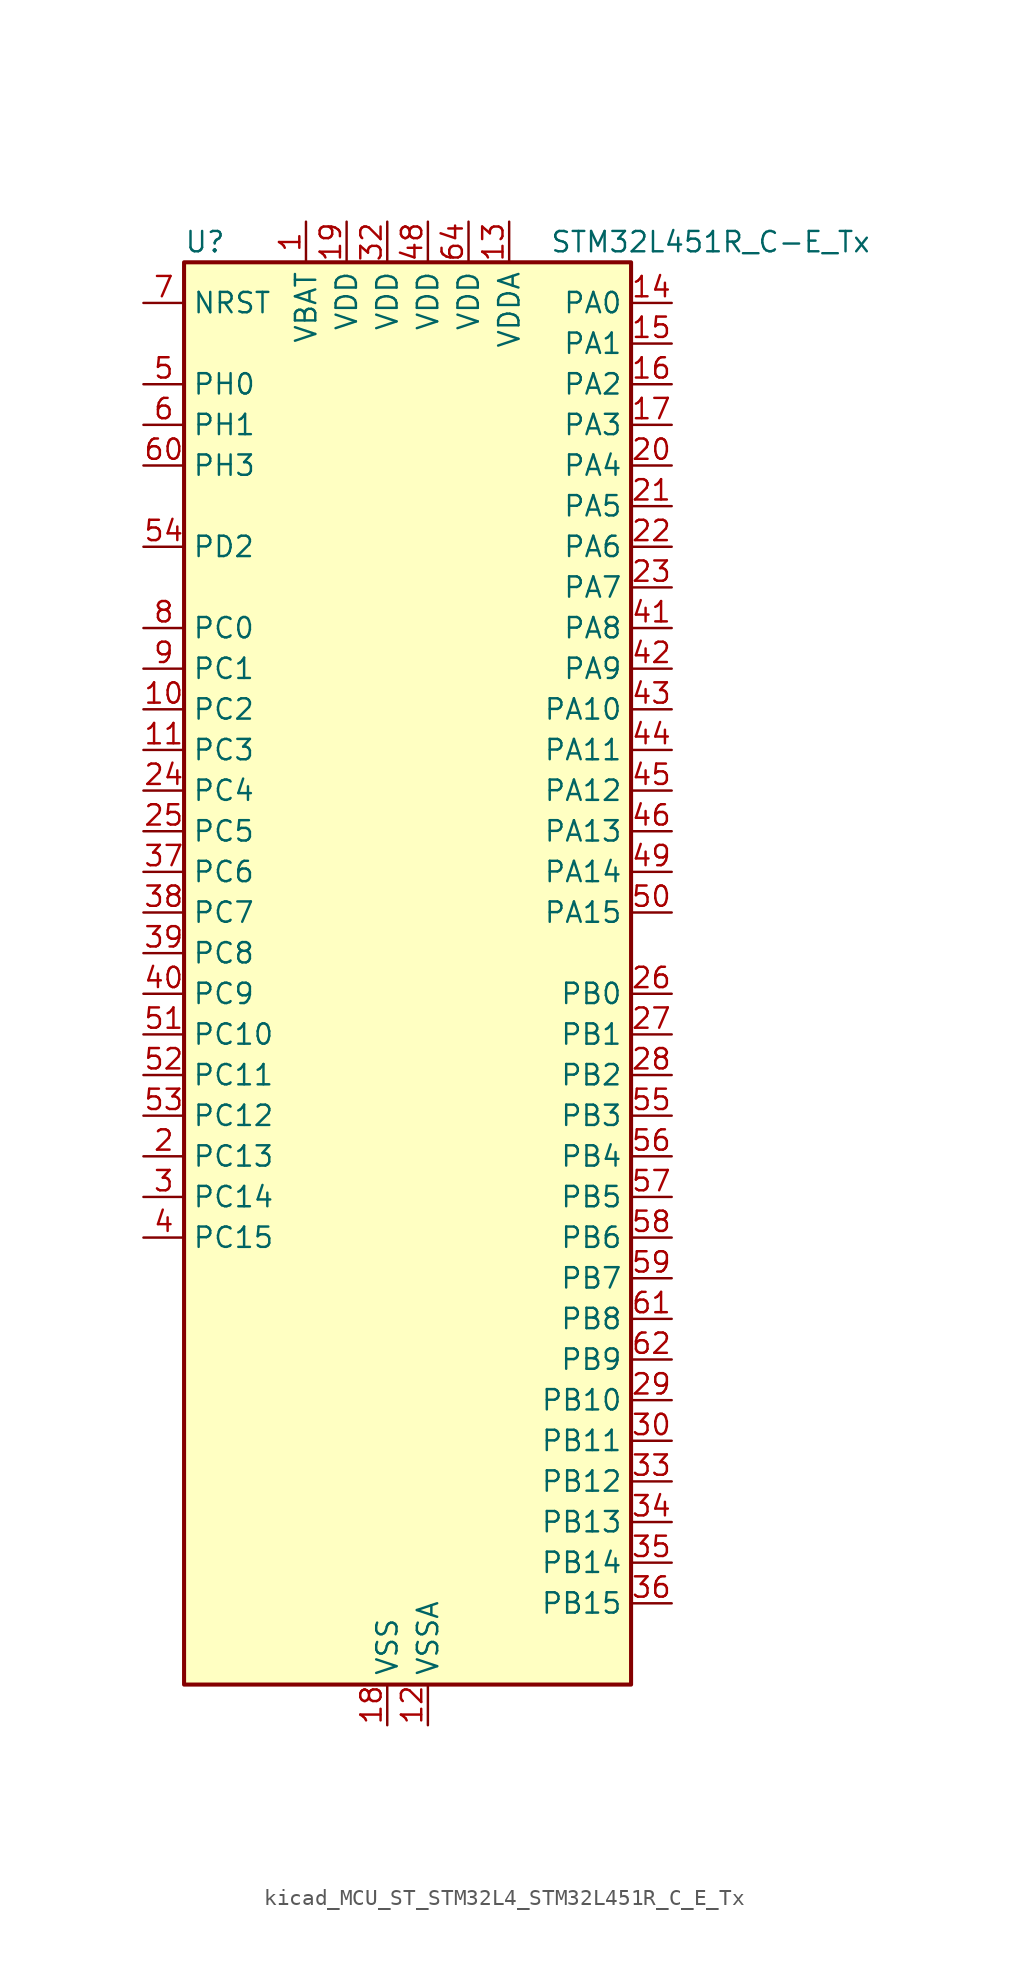
<source format=kicad_sym>
(kicad_symbol_lib
  (version 20220914)
  (generator kicad_symbol_editor)
  (symbol "kicad_MCU_ST_STM32L4_STM32L451R_C_E_Tx"
    (property "Reference" "U"
      (at -12.7 46.99 0)
      (effects (font (size 1.27 1.27)) (justify left)))
    (property "Value" "STM32L451R_C-E_Tx"
      (at 10.16 46.99 0)
      (effects (font (size 1.27 1.27)) (justify left)))
    (property "ki_locked" ""
      (at 0 0 0)
      (effects (font (size 1.27 1.27))))
    (symbol "kicad_MCU_ST_STM32L4_STM32L451R_C_E_Tx_0_1"
      (rectangle (start -12.7 -43.18) (end 15.24 45.72) (stroke (width 0.254) (type default)) (fill (type background))))
    (symbol "kicad_MCU_ST_STM32L4_STM32L451R_C_E_Tx_1_1"
      (pin power_in line (at -5.08 48.26 270) (length 2.54) (name "VBAT" (effects (font (size 1.27 1.27)))) (number "1" (effects (font (size 1.27 1.27)))))
      (pin bidirectional line (at -15.24 17.78 0) (length 2.54) (name "PC2" (effects (font (size 1.27 1.27)))) (number "10" (effects (font (size 1.27 1.27)))) (alternate "ADC1_IN3" bidirectional line) (alternate "DFSDM1_CKOUT" bidirectional line) (alternate "LPTIM1_IN2" bidirectional line) (alternate "SPI2_MISO" bidirectional line))
      (pin bidirectional line (at -15.24 15.24 0) (length 2.54) (name "PC3" (effects (font (size 1.27 1.27)))) (number "11" (effects (font (size 1.27 1.27)))) (alternate "ADC1_IN4" bidirectional line) (alternate "LPTIM1_ETR" bidirectional line) (alternate "LPTIM2_ETR" bidirectional line) (alternate "SAI1_SD_A" bidirectional line) (alternate "SPI2_MOSI" bidirectional line))
      (pin power_in line (at 2.54 -45.72 90) (length 2.54) (name "VSSA" (effects (font (size 1.27 1.27)))) (number "12" (effects (font (size 1.27 1.27)))))
      (pin power_in line (at 7.62 48.26 270) (length 2.54) (name "VDDA" (effects (font (size 1.27 1.27)))) (number "13" (effects (font (size 1.27 1.27)))))
      (pin bidirectional line (at 17.78 43.18 180) (length 2.54) (name "PA0" (effects (font (size 1.27 1.27)))) (number "14" (effects (font (size 1.27 1.27)))) (alternate "ADC1_IN5" bidirectional line) (alternate "COMP1_INM" bidirectional line) (alternate "COMP1_OUT" bidirectional line) (alternate "OPAMP1_VINP" bidirectional line) (alternate "RTC_TAMP2" bidirectional line) (alternate "SAI1_EXTCLK" bidirectional line) (alternate "SYS_WKUP1" bidirectional line) (alternate "TIM2_CH1" bidirectional line) (alternate "TIM2_ETR" bidirectional line) (alternate "UART4_TX" bidirectional line) (alternate "USART2_CTS" bidirectional line))
      (pin bidirectional line (at 17.78 40.64 180) (length 2.54) (name "PA1" (effects (font (size 1.27 1.27)))) (number "15" (effects (font (size 1.27 1.27)))) (alternate "ADC1_IN6" bidirectional line) (alternate "COMP1_INP" bidirectional line) (alternate "I2C1_SMBA" bidirectional line) (alternate "OPAMP1_VINM" bidirectional line) (alternate "SPI1_SCK" bidirectional line) (alternate "TIM15_CH1N" bidirectional line) (alternate "TIM2_CH2" bidirectional line) (alternate "UART4_RX" bidirectional line) (alternate "USART2_DE" bidirectional line) (alternate "USART2_RTS" bidirectional line))
      (pin bidirectional line (at 17.78 38.1 180) (length 2.54) (name "PA2" (effects (font (size 1.27 1.27)))) (number "16" (effects (font (size 1.27 1.27)))) (alternate "ADC1_IN7" bidirectional line) (alternate "COMP2_INM" bidirectional line) (alternate "COMP2_OUT" bidirectional line) (alternate "LPUART1_TX" bidirectional line) (alternate "QUADSPI_BK1_NCS" bidirectional line) (alternate "RCC_LSCO" bidirectional line) (alternate "SYS_WKUP4" bidirectional line) (alternate "TIM15_CH1" bidirectional line) (alternate "TIM2_CH3" bidirectional line) (alternate "USART2_TX" bidirectional line))
      (pin bidirectional line (at 17.78 35.56 180) (length 2.54) (name "PA3" (effects (font (size 1.27 1.27)))) (number "17" (effects (font (size 1.27 1.27)))) (alternate "ADC1_IN8" bidirectional line) (alternate "COMP2_INP" bidirectional line) (alternate "LPUART1_RX" bidirectional line) (alternate "OPAMP1_VOUT" bidirectional line) (alternate "QUADSPI_CLK" bidirectional line) (alternate "SAI1_MCLK_A" bidirectional line) (alternate "TIM15_CH2" bidirectional line) (alternate "TIM2_CH4" bidirectional line) (alternate "USART2_RX" bidirectional line))
      (pin power_in line (at 0 -45.72 90) (length 2.54) (name "VSS" (effects (font (size 1.27 1.27)))) (number "18" (effects (font (size 1.27 1.27)))))
      (pin power_in line (at -2.54 48.26 270) (length 2.54) (name "VDD" (effects (font (size 1.27 1.27)))) (number "19" (effects (font (size 1.27 1.27)))))
      (pin bidirectional line (at -15.24 -10.16 0) (length 2.54) (name "PC13" (effects (font (size 1.27 1.27)))) (number "2" (effects (font (size 1.27 1.27)))) (alternate "RTC_OUT_ALARM" bidirectional line) (alternate "RTC_OUT_CALIB" bidirectional line) (alternate "RTC_TAMP1" bidirectional line) (alternate "RTC_TS" bidirectional line) (alternate "SYS_WKUP2" bidirectional line))
      (pin bidirectional line (at 17.78 33.02 180) (length 2.54) (name "PA4" (effects (font (size 1.27 1.27)))) (number "20" (effects (font (size 1.27 1.27)))) (alternate "ADC1_IN9" bidirectional line) (alternate "COMP1_INM" bidirectional line) (alternate "COMP2_INM" bidirectional line) (alternate "DAC1_OUT1" bidirectional line) (alternate "LPTIM2_OUT" bidirectional line) (alternate "SAI1_FS_B" bidirectional line) (alternate "SPI1_NSS" bidirectional line) (alternate "SPI3_NSS" bidirectional line) (alternate "USART2_CK" bidirectional line))
      (pin bidirectional line (at 17.78 30.48 180) (length 2.54) (name "PA5" (effects (font (size 1.27 1.27)))) (number "21" (effects (font (size 1.27 1.27)))) (alternate "ADC1_IN10" bidirectional line) (alternate "COMP1_INM" bidirectional line) (alternate "COMP2_INM" bidirectional line) (alternate "DFSDM1_CKOUT" bidirectional line) (alternate "LPTIM2_ETR" bidirectional line) (alternate "SPI1_SCK" bidirectional line) (alternate "TIM2_CH1" bidirectional line) (alternate "TIM2_ETR" bidirectional line))
      (pin bidirectional line (at 17.78 27.94 180) (length 2.54) (name "PA6" (effects (font (size 1.27 1.27)))) (number "22" (effects (font (size 1.27 1.27)))) (alternate "ADC1_IN11" bidirectional line) (alternate "COMP1_OUT" bidirectional line) (alternate "LPUART1_CTS" bidirectional line) (alternate "QUADSPI_BK1_IO3" bidirectional line) (alternate "SPI1_MISO" bidirectional line) (alternate "TIM16_CH1" bidirectional line) (alternate "TIM1_BKIN" bidirectional line) (alternate "TIM1_BKIN_COMP2" bidirectional line) (alternate "TIM3_CH1" bidirectional line) (alternate "USART3_CTS" bidirectional line))
      (pin bidirectional line (at 17.78 25.4 180) (length 2.54) (name "PA7" (effects (font (size 1.27 1.27)))) (number "23" (effects (font (size 1.27 1.27)))) (alternate "ADC1_IN12" bidirectional line) (alternate "COMP2_OUT" bidirectional line) (alternate "DFSDM1_DATIN0" bidirectional line) (alternate "I2C3_SCL" bidirectional line) (alternate "QUADSPI_BK1_IO2" bidirectional line) (alternate "SPI1_MOSI" bidirectional line) (alternate "TIM1_CH1N" bidirectional line) (alternate "TIM3_CH2" bidirectional line))
      (pin bidirectional line (at -15.24 12.7 0) (length 2.54) (name "PC4" (effects (font (size 1.27 1.27)))) (number "24" (effects (font (size 1.27 1.27)))) (alternate "ADC1_IN13" bidirectional line) (alternate "COMP1_INM" bidirectional line) (alternate "USART3_TX" bidirectional line))
      (pin bidirectional line (at -15.24 10.16 0) (length 2.54) (name "PC5" (effects (font (size 1.27 1.27)))) (number "25" (effects (font (size 1.27 1.27)))) (alternate "ADC1_IN14" bidirectional line) (alternate "COMP1_INP" bidirectional line) (alternate "SYS_WKUP5" bidirectional line) (alternate "USART3_RX" bidirectional line))
      (pin bidirectional line (at 17.78 0 180) (length 2.54) (name "PB0" (effects (font (size 1.27 1.27)))) (number "26" (effects (font (size 1.27 1.27)))) (alternate "ADC1_IN15" bidirectional line) (alternate "COMP1_OUT" bidirectional line) (alternate "DFSDM1_CKIN0" bidirectional line) (alternate "QUADSPI_BK1_IO1" bidirectional line) (alternate "SAI1_EXTCLK" bidirectional line) (alternate "SPI1_NSS" bidirectional line) (alternate "TIM1_CH2N" bidirectional line) (alternate "TIM3_CH3" bidirectional line) (alternate "USART3_CK" bidirectional line))
      (pin bidirectional line (at 17.78 -2.54 180) (length 2.54) (name "PB1" (effects (font (size 1.27 1.27)))) (number "27" (effects (font (size 1.27 1.27)))) (alternate "ADC1_IN16" bidirectional line) (alternate "COMP1_INM" bidirectional line) (alternate "DFSDM1_DATIN0" bidirectional line) (alternate "LPTIM2_IN1" bidirectional line) (alternate "LPUART1_DE" bidirectional line) (alternate "LPUART1_RTS" bidirectional line) (alternate "QUADSPI_BK1_IO0" bidirectional line) (alternate "TIM1_CH3N" bidirectional line) (alternate "TIM3_CH4" bidirectional line) (alternate "USART3_DE" bidirectional line) (alternate "USART3_RTS" bidirectional line))
      (pin bidirectional line (at 17.78 -5.08 180) (length 2.54) (name "PB2" (effects (font (size 1.27 1.27)))) (number "28" (effects (font (size 1.27 1.27)))) (alternate "COMP1_INP" bidirectional line) (alternate "DFSDM1_CKIN0" bidirectional line) (alternate "I2C3_SMBA" bidirectional line) (alternate "LPTIM1_OUT" bidirectional line) (alternate "RTC_OUT_ALARM" bidirectional line) (alternate "RTC_OUT_CALIB" bidirectional line))
      (pin bidirectional line (at 17.78 -25.4 180) (length 2.54) (name "PB10" (effects (font (size 1.27 1.27)))) (number "29" (effects (font (size 1.27 1.27)))) (alternate "COMP1_OUT" bidirectional line) (alternate "I2C2_SCL" bidirectional line) (alternate "I2C4_SCL" bidirectional line) (alternate "LPUART1_RX" bidirectional line) (alternate "QUADSPI_CLK" bidirectional line) (alternate "SAI1_SCK_A" bidirectional line) (alternate "SPI2_SCK" bidirectional line) (alternate "TIM2_CH3" bidirectional line) (alternate "TSC_SYNC" bidirectional line) (alternate "USART3_TX" bidirectional line))
      (pin bidirectional line (at -15.24 -12.7 0) (length 2.54) (name "PC14" (effects (font (size 1.27 1.27)))) (number "3" (effects (font (size 1.27 1.27)))) (alternate "RCC_OSC32_IN" bidirectional line))
      (pin bidirectional line (at 17.78 -27.94 180) (length 2.54) (name "PB11" (effects (font (size 1.27 1.27)))) (number "30" (effects (font (size 1.27 1.27)))) (alternate "ADC1_EXTI11" bidirectional line) (alternate "COMP2_OUT" bidirectional line) (alternate "I2C2_SDA" bidirectional line) (alternate "I2C4_SDA" bidirectional line) (alternate "LPUART1_TX" bidirectional line) (alternate "QUADSPI_BK1_NCS" bidirectional line) (alternate "TIM2_CH4" bidirectional line) (alternate "USART3_RX" bidirectional line))
      (pin passive line (at 0 -45.72 90) (length 2.54) hide (name "VSS" (effects (font (size 1.27 1.27)))) (number "31" (effects (font (size 1.27 1.27)))))
      (pin power_in line (at 0 48.26 270) (length 2.54) (name "VDD" (effects (font (size 1.27 1.27)))) (number "32" (effects (font (size 1.27 1.27)))))
      (pin bidirectional line (at 17.78 -30.48 180) (length 2.54) (name "PB12" (effects (font (size 1.27 1.27)))) (number "33" (effects (font (size 1.27 1.27)))) (alternate "CAN1_RX" bidirectional line) (alternate "DFSDM1_DATIN1" bidirectional line) (alternate "I2C2_SMBA" bidirectional line) (alternate "LPUART1_DE" bidirectional line) (alternate "LPUART1_RTS" bidirectional line) (alternate "SAI1_FS_A" bidirectional line) (alternate "SPI2_NSS" bidirectional line) (alternate "TIM15_BKIN" bidirectional line) (alternate "TIM1_BKIN" bidirectional line) (alternate "TIM1_BKIN_COMP2" bidirectional line) (alternate "TSC_G1_IO1" bidirectional line) (alternate "USART3_CK" bidirectional line))
      (pin bidirectional line (at 17.78 -33.02 180) (length 2.54) (name "PB13" (effects (font (size 1.27 1.27)))) (number "34" (effects (font (size 1.27 1.27)))) (alternate "CAN1_TX" bidirectional line) (alternate "DFSDM1_CKIN1" bidirectional line) (alternate "I2C2_SCL" bidirectional line) (alternate "LPUART1_CTS" bidirectional line) (alternate "SAI1_SCK_A" bidirectional line) (alternate "SPI2_SCK" bidirectional line) (alternate "TIM15_CH1N" bidirectional line) (alternate "TIM1_CH1N" bidirectional line) (alternate "TSC_G1_IO2" bidirectional line) (alternate "USART3_CTS" bidirectional line))
      (pin bidirectional line (at 17.78 -35.56 180) (length 2.54) (name "PB14" (effects (font (size 1.27 1.27)))) (number "35" (effects (font (size 1.27 1.27)))) (alternate "DFSDM1_DATIN2" bidirectional line) (alternate "I2C2_SDA" bidirectional line) (alternate "SAI1_MCLK_A" bidirectional line) (alternate "SPI2_MISO" bidirectional line) (alternate "TIM15_CH1" bidirectional line) (alternate "TIM1_CH2N" bidirectional line) (alternate "TSC_G1_IO3" bidirectional line) (alternate "USART3_DE" bidirectional line) (alternate "USART3_RTS" bidirectional line))
      (pin bidirectional line (at 17.78 -38.1 180) (length 2.54) (name "PB15" (effects (font (size 1.27 1.27)))) (number "36" (effects (font (size 1.27 1.27)))) (alternate "ADC1_EXTI15" bidirectional line) (alternate "DFSDM1_CKIN2" bidirectional line) (alternate "RTC_REFIN" bidirectional line) (alternate "SAI1_SD_A" bidirectional line) (alternate "SPI2_MOSI" bidirectional line) (alternate "TIM15_CH2" bidirectional line) (alternate "TIM1_CH3N" bidirectional line) (alternate "TSC_G1_IO4" bidirectional line))
      (pin bidirectional line (at -15.24 7.62 0) (length 2.54) (name "PC6" (effects (font (size 1.27 1.27)))) (number "37" (effects (font (size 1.27 1.27)))) (alternate "DFSDM1_CKIN3" bidirectional line) (alternate "SDMMC1_D6" bidirectional line) (alternate "TIM3_CH1" bidirectional line) (alternate "TSC_G4_IO1" bidirectional line))
      (pin bidirectional line (at -15.24 5.08 0) (length 2.54) (name "PC7" (effects (font (size 1.27 1.27)))) (number "38" (effects (font (size 1.27 1.27)))) (alternate "DFSDM1_DATIN3" bidirectional line) (alternate "SDMMC1_D7" bidirectional line) (alternate "TIM3_CH2" bidirectional line) (alternate "TSC_G4_IO2" bidirectional line))
      (pin bidirectional line (at -15.24 2.54 0) (length 2.54) (name "PC8" (effects (font (size 1.27 1.27)))) (number "39" (effects (font (size 1.27 1.27)))) (alternate "SDMMC1_D0" bidirectional line) (alternate "TIM3_CH3" bidirectional line) (alternate "TSC_G4_IO3" bidirectional line))
      (pin bidirectional line (at -15.24 -15.24 0) (length 2.54) (name "PC15" (effects (font (size 1.27 1.27)))) (number "4" (effects (font (size 1.27 1.27)))) (alternate "ADC1_EXTI15" bidirectional line) (alternate "RCC_OSC32_OUT" bidirectional line))
      (pin bidirectional line (at -15.24 0 0) (length 2.54) (name "PC9" (effects (font (size 1.27 1.27)))) (number "40" (effects (font (size 1.27 1.27)))) (alternate "DAC1_EXTI9" bidirectional line) (alternate "SDMMC1_D1" bidirectional line) (alternate "TIM3_CH4" bidirectional line) (alternate "TSC_G4_IO4" bidirectional line))
      (pin bidirectional line (at 17.78 22.86 180) (length 2.54) (name "PA8" (effects (font (size 1.27 1.27)))) (number "41" (effects (font (size 1.27 1.27)))) (alternate "DFSDM1_CKIN1" bidirectional line) (alternate "LPTIM2_OUT" bidirectional line) (alternate "RCC_MCO" bidirectional line) (alternate "SAI1_SCK_A" bidirectional line) (alternate "TIM1_CH1" bidirectional line) (alternate "USART1_CK" bidirectional line))
      (pin bidirectional line (at 17.78 20.32 180) (length 2.54) (name "PA9" (effects (font (size 1.27 1.27)))) (number "42" (effects (font (size 1.27 1.27)))) (alternate "DAC1_EXTI9" bidirectional line) (alternate "DFSDM1_DATIN1" bidirectional line) (alternate "I2C1_SCL" bidirectional line) (alternate "SAI1_FS_A" bidirectional line) (alternate "TIM15_BKIN" bidirectional line) (alternate "TIM1_CH2" bidirectional line) (alternate "USART1_TX" bidirectional line))
      (pin bidirectional line (at 17.78 17.78 180) (length 2.54) (name "PA10" (effects (font (size 1.27 1.27)))) (number "43" (effects (font (size 1.27 1.27)))) (alternate "I2C1_SDA" bidirectional line) (alternate "SAI1_SD_A" bidirectional line) (alternate "TIM1_CH3" bidirectional line) (alternate "USART1_RX" bidirectional line))
      (pin bidirectional line (at 17.78 15.24 180) (length 2.54) (name "PA11" (effects (font (size 1.27 1.27)))) (number "44" (effects (font (size 1.27 1.27)))) (alternate "ADC1_EXTI11" bidirectional line) (alternate "CAN1_RX" bidirectional line) (alternate "COMP1_OUT" bidirectional line) (alternate "SPI1_MISO" bidirectional line) (alternate "TIM1_BKIN2" bidirectional line) (alternate "TIM1_BKIN2_COMP1" bidirectional line) (alternate "TIM1_CH4" bidirectional line) (alternate "USART1_CTS" bidirectional line))
      (pin bidirectional line (at 17.78 12.7 180) (length 2.54) (name "PA12" (effects (font (size 1.27 1.27)))) (number "45" (effects (font (size 1.27 1.27)))) (alternate "CAN1_TX" bidirectional line) (alternate "SPI1_MOSI" bidirectional line) (alternate "TIM1_ETR" bidirectional line) (alternate "USART1_DE" bidirectional line) (alternate "USART1_RTS" bidirectional line))
      (pin bidirectional line (at 17.78 10.16 180) (length 2.54) (name "PA13" (effects (font (size 1.27 1.27)))) (number "46" (effects (font (size 1.27 1.27)))) (alternate "IR_OUT" bidirectional line) (alternate "SAI1_SD_B" bidirectional line) (alternate "SYS_JTMS-SWDIO" bidirectional line))
      (pin passive line (at 0 -45.72 90) (length 2.54) hide (name "VSS" (effects (font (size 1.27 1.27)))) (number "47" (effects (font (size 1.27 1.27)))))
      (pin power_in line (at 2.54 48.26 270) (length 2.54) (name "VDD" (effects (font (size 1.27 1.27)))) (number "48" (effects (font (size 1.27 1.27)))))
      (pin bidirectional line (at 17.78 7.62 180) (length 2.54) (name "PA14" (effects (font (size 1.27 1.27)))) (number "49" (effects (font (size 1.27 1.27)))) (alternate "I2C1_SMBA" bidirectional line) (alternate "I2C4_SMBA" bidirectional line) (alternate "LPTIM1_OUT" bidirectional line) (alternate "SAI1_FS_B" bidirectional line) (alternate "SYS_JTCK-SWCLK" bidirectional line))
      (pin bidirectional line (at -15.24 38.1 0) (length 2.54) (name "PH0" (effects (font (size 1.27 1.27)))) (number "5" (effects (font (size 1.27 1.27)))) (alternate "RCC_OSC_IN" bidirectional line))
      (pin bidirectional line (at 17.78 5.08 180) (length 2.54) (name "PA15" (effects (font (size 1.27 1.27)))) (number "50" (effects (font (size 1.27 1.27)))) (alternate "ADC1_EXTI15" bidirectional line) (alternate "SPI1_NSS" bidirectional line) (alternate "SPI3_NSS" bidirectional line) (alternate "SYS_JTDI" bidirectional line) (alternate "TIM2_CH1" bidirectional line) (alternate "TIM2_ETR" bidirectional line) (alternate "TSC_G3_IO1" bidirectional line) (alternate "UART4_DE" bidirectional line) (alternate "UART4_RTS" bidirectional line) (alternate "USART2_RX" bidirectional line) (alternate "USART3_DE" bidirectional line) (alternate "USART3_RTS" bidirectional line))
      (pin bidirectional line (at -15.24 -2.54 0) (length 2.54) (name "PC10" (effects (font (size 1.27 1.27)))) (number "51" (effects (font (size 1.27 1.27)))) (alternate "SDMMC1_D2" bidirectional line) (alternate "SPI3_SCK" bidirectional line) (alternate "SYS_TRACED1" bidirectional line) (alternate "TSC_G3_IO2" bidirectional line) (alternate "UART4_TX" bidirectional line) (alternate "USART3_TX" bidirectional line))
      (pin bidirectional line (at -15.24 -5.08 0) (length 2.54) (name "PC11" (effects (font (size 1.27 1.27)))) (number "52" (effects (font (size 1.27 1.27)))) (alternate "ADC1_EXTI11" bidirectional line) (alternate "SDMMC1_D3" bidirectional line) (alternate "SPI3_MISO" bidirectional line) (alternate "TSC_G3_IO3" bidirectional line) (alternate "UART4_RX" bidirectional line) (alternate "USART3_RX" bidirectional line))
      (pin bidirectional line (at -15.24 -7.62 0) (length 2.54) (name "PC12" (effects (font (size 1.27 1.27)))) (number "53" (effects (font (size 1.27 1.27)))) (alternate "SDMMC1_CK" bidirectional line) (alternate "SPI3_MOSI" bidirectional line) (alternate "SYS_TRACED3" bidirectional line) (alternate "TSC_G3_IO4" bidirectional line) (alternate "USART3_CK" bidirectional line))
      (pin bidirectional line (at -15.24 27.94 0) (length 2.54) (name "PD2" (effects (font (size 1.27 1.27)))) (number "54" (effects (font (size 1.27 1.27)))) (alternate "SDMMC1_CMD" bidirectional line) (alternate "SYS_TRACED2" bidirectional line) (alternate "TIM3_ETR" bidirectional line) (alternate "TSC_SYNC" bidirectional line) (alternate "USART3_DE" bidirectional line) (alternate "USART3_RTS" bidirectional line))
      (pin bidirectional line (at 17.78 -7.62 180) (length 2.54) (name "PB3" (effects (font (size 1.27 1.27)))) (number "55" (effects (font (size 1.27 1.27)))) (alternate "COMP2_INM" bidirectional line) (alternate "SAI1_SCK_B" bidirectional line) (alternate "SPI1_SCK" bidirectional line) (alternate "SPI3_SCK" bidirectional line) (alternate "SYS_JTDO-SWO" bidirectional line) (alternate "TIM2_CH2" bidirectional line) (alternate "USART1_DE" bidirectional line) (alternate "USART1_RTS" bidirectional line))
      (pin bidirectional line (at 17.78 -10.16 180) (length 2.54) (name "PB4" (effects (font (size 1.27 1.27)))) (number "56" (effects (font (size 1.27 1.27)))) (alternate "COMP2_INP" bidirectional line) (alternate "I2C3_SDA" bidirectional line) (alternate "SAI1_MCLK_B" bidirectional line) (alternate "SPI1_MISO" bidirectional line) (alternate "SPI3_MISO" bidirectional line) (alternate "SYS_JTRST" bidirectional line) (alternate "TIM3_CH1" bidirectional line) (alternate "TSC_G2_IO1" bidirectional line) (alternate "USART1_CTS" bidirectional line))
      (pin bidirectional line (at 17.78 -12.7 180) (length 2.54) (name "PB5" (effects (font (size 1.27 1.27)))) (number "57" (effects (font (size 1.27 1.27)))) (alternate "CAN1_RX" bidirectional line) (alternate "COMP2_OUT" bidirectional line) (alternate "I2C1_SMBA" bidirectional line) (alternate "LPTIM1_IN1" bidirectional line) (alternate "SAI1_SD_B" bidirectional line) (alternate "SPI1_MOSI" bidirectional line) (alternate "SPI3_MOSI" bidirectional line) (alternate "TIM16_BKIN" bidirectional line) (alternate "TIM3_CH2" bidirectional line) (alternate "TSC_G2_IO2" bidirectional line) (alternate "USART1_CK" bidirectional line))
      (pin bidirectional line (at 17.78 -15.24 180) (length 2.54) (name "PB6" (effects (font (size 1.27 1.27)))) (number "58" (effects (font (size 1.27 1.27)))) (alternate "CAN1_TX" bidirectional line) (alternate "COMP2_INP" bidirectional line) (alternate "I2C1_SCL" bidirectional line) (alternate "I2C4_SCL" bidirectional line) (alternate "LPTIM1_ETR" bidirectional line) (alternate "SAI1_FS_B" bidirectional line) (alternate "TIM16_CH1N" bidirectional line) (alternate "TSC_G2_IO3" bidirectional line) (alternate "USART1_TX" bidirectional line))
      (pin bidirectional line (at 17.78 -17.78 180) (length 2.54) (name "PB7" (effects (font (size 1.27 1.27)))) (number "59" (effects (font (size 1.27 1.27)))) (alternate "COMP2_INM" bidirectional line) (alternate "I2C1_SDA" bidirectional line) (alternate "I2C4_SDA" bidirectional line) (alternate "LPTIM1_IN2" bidirectional line) (alternate "SYS_PVD_IN" bidirectional line) (alternate "TSC_G2_IO4" bidirectional line) (alternate "UART4_CTS" bidirectional line) (alternate "USART1_RX" bidirectional line))
      (pin bidirectional line (at -15.24 35.56 0) (length 2.54) (name "PH1" (effects (font (size 1.27 1.27)))) (number "6" (effects (font (size 1.27 1.27)))) (alternate "RCC_OSC_OUT" bidirectional line))
      (pin bidirectional line (at -15.24 33.02 0) (length 2.54) (name "PH3" (effects (font (size 1.27 1.27)))) (number "60" (effects (font (size 1.27 1.27)))))
      (pin bidirectional line (at 17.78 -20.32 180) (length 2.54) (name "PB8" (effects (font (size 1.27 1.27)))) (number "61" (effects (font (size 1.27 1.27)))) (alternate "CAN1_RX" bidirectional line) (alternate "I2C1_SCL" bidirectional line) (alternate "SAI1_MCLK_A" bidirectional line) (alternate "SDMMC1_D4" bidirectional line) (alternate "TIM16_CH1" bidirectional line))
      (pin bidirectional line (at 17.78 -22.86 180) (length 2.54) (name "PB9" (effects (font (size 1.27 1.27)))) (number "62" (effects (font (size 1.27 1.27)))) (alternate "CAN1_TX" bidirectional line) (alternate "DAC1_EXTI9" bidirectional line) (alternate "I2C1_SDA" bidirectional line) (alternate "IR_OUT" bidirectional line) (alternate "SAI1_FS_A" bidirectional line) (alternate "SDMMC1_D5" bidirectional line) (alternate "SPI2_NSS" bidirectional line))
      (pin passive line (at 0 -45.72 90) (length 2.54) hide (name "VSS" (effects (font (size 1.27 1.27)))) (number "63" (effects (font (size 1.27 1.27)))))
      (pin power_in line (at 5.08 48.26 270) (length 2.54) (name "VDD" (effects (font (size 1.27 1.27)))) (number "64" (effects (font (size 1.27 1.27)))))
      (pin input line (at -15.24 43.18 0) (length 2.54) (name "NRST" (effects (font (size 1.27 1.27)))) (number "7" (effects (font (size 1.27 1.27)))))
      (pin bidirectional line (at -15.24 22.86 0) (length 2.54) (name "PC0" (effects (font (size 1.27 1.27)))) (number "8" (effects (font (size 1.27 1.27)))) (alternate "ADC1_IN1" bidirectional line) (alternate "I2C3_SCL" bidirectional line) (alternate "I2C4_SCL" bidirectional line) (alternate "LPTIM1_IN1" bidirectional line) (alternate "LPTIM2_IN1" bidirectional line) (alternate "LPUART1_RX" bidirectional line))
      (pin bidirectional line (at -15.24 20.32 0) (length 2.54) (name "PC1" (effects (font (size 1.27 1.27)))) (number "9" (effects (font (size 1.27 1.27)))) (alternate "ADC1_IN2" bidirectional line) (alternate "I2C3_SDA" bidirectional line) (alternate "I2C4_SDA" bidirectional line) (alternate "LPTIM1_OUT" bidirectional line) (alternate "LPUART1_TX" bidirectional line) (alternate "SYS_TRACED0" bidirectional line)))))
</source>
